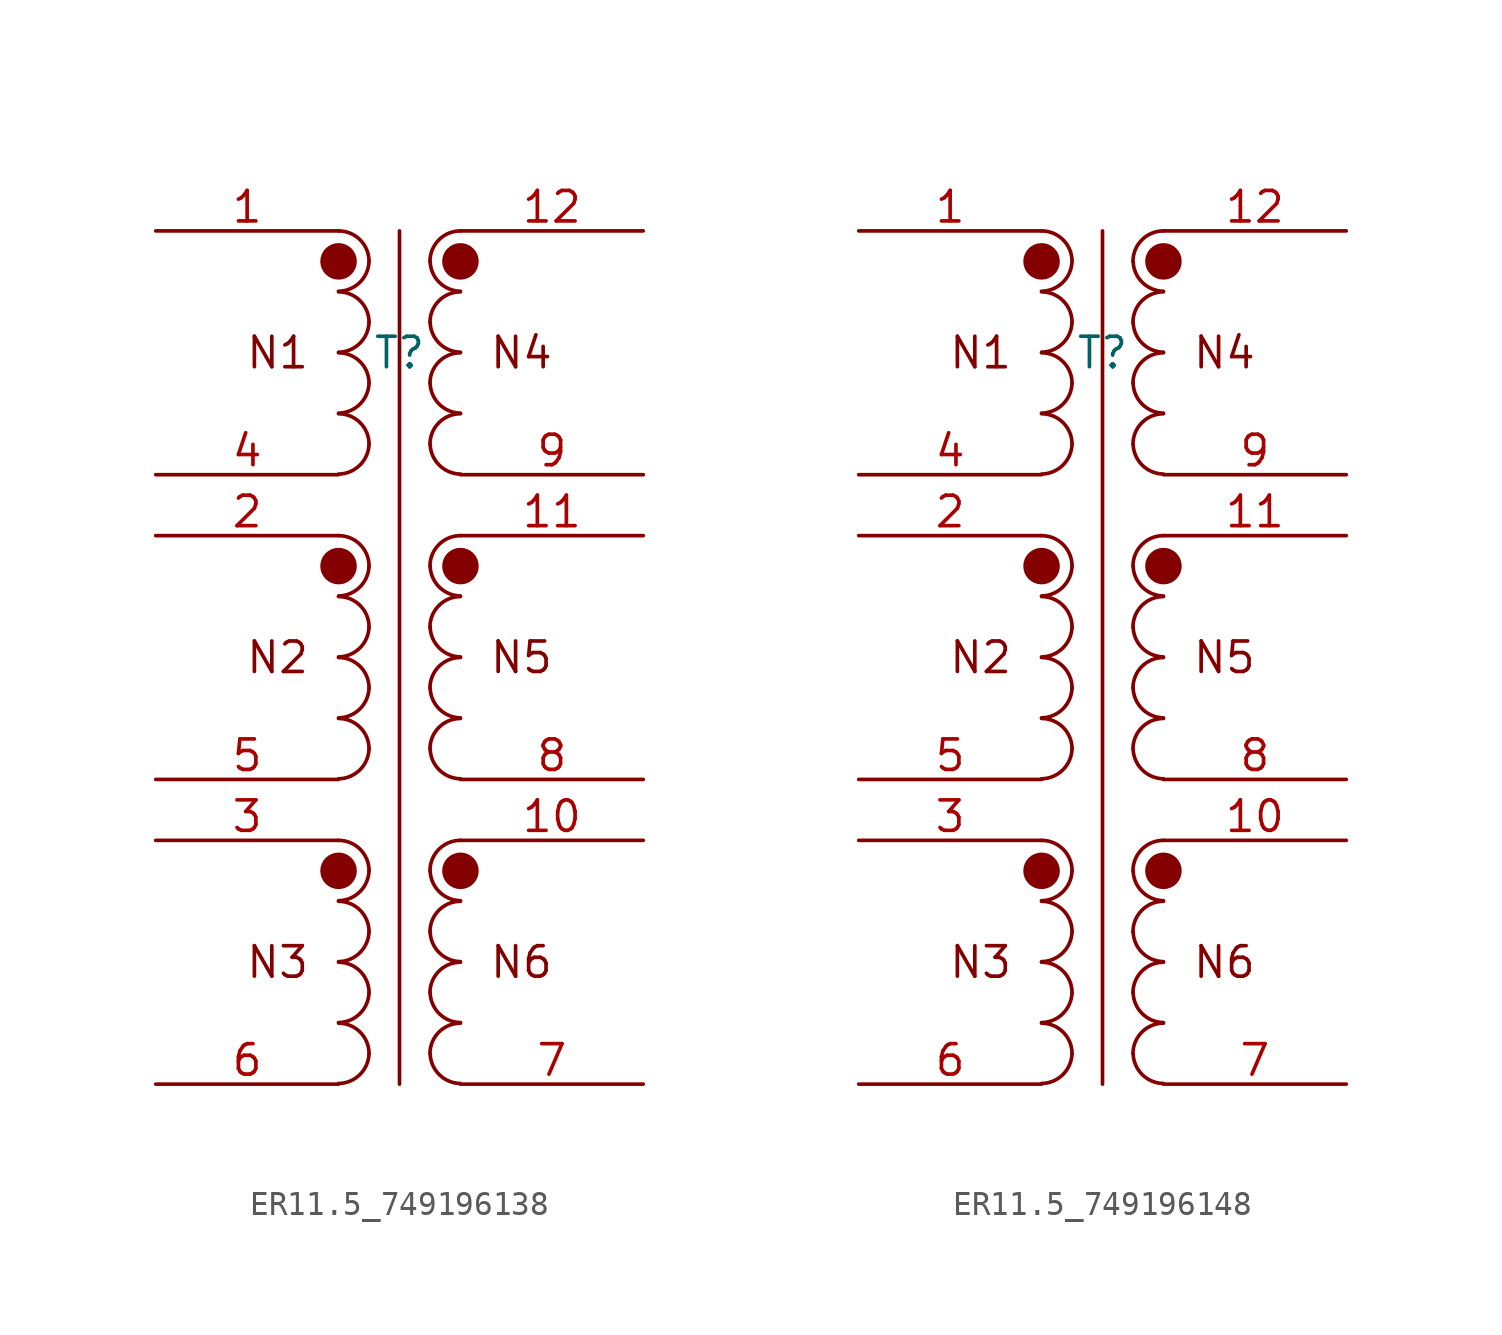
<source format=kicad_sym>
(kicad_symbol_lib
  (version 20220914)
  (generator kicad_symbol_editor)
  (symbol "ER11.5_749196138"
    (pin_names hide)
    (property "Reference" "T"
      (at 0 12.7 0)
      (effects (font (size 1.27 1.27))))
    (property "Critical Parameter" ""
      (at 0 -5.08 0)
      (effects (font (size 1.27 1.27)) (justify left)))
    (symbol "ER11.5_749196138_0_1"
      (arc (start -2.54 -17.7546) (mid -1.6561 -17.3863) (end -1.27 -16.51) (stroke (width 0) (type default)) (fill (type none)))
      (arc (start -2.54 -15.2146) (mid -1.6561 -14.8463) (end -1.27 -13.97) (stroke (width 0) (type default)) (fill (type none)))
      (arc (start -2.54 -12.6746) (mid -1.6561 -12.3063) (end -1.27 -11.43) (stroke (width 0) (type default)) (fill (type none)))
      (arc (start -2.54 -10.1346) (mid -1.6561 -9.7663) (end -1.27 -8.89) (stroke (width 0) (type default)) (fill (type none)))
      (arc (start -2.54 -5.0546) (mid -1.6561 -4.6863) (end -1.27 -3.81) (stroke (width 0) (type default)) (fill (type none)))
      (arc (start -2.54 -2.5146) (mid -1.6561 -2.1463) (end -1.27 -1.27) (stroke (width 0) (type default)) (fill (type none)))
      (arc (start -2.54 0.0254) (mid -1.6561 0.3937) (end -1.27 1.27) (stroke (width 0) (type default)) (fill (type none)))
      (arc (start -2.54 2.5654) (mid -1.6561 2.9337) (end -1.27 3.81) (stroke (width 0) (type default)) (fill (type none)))
      (arc (start -2.54 7.6454) (mid -1.6561 8.0137) (end -1.27 8.89) (stroke (width 0) (type default)) (fill (type none)))
      (arc (start -2.54 10.1854) (mid -1.6561 10.5537) (end -1.27 11.43) (stroke (width 0) (type default)) (fill (type none)))
      (arc (start -2.54 12.7254) (mid -1.6561 13.0937) (end -1.27 13.97) (stroke (width 0) (type default)) (fill (type none)))
      (arc (start -2.54 15.2654) (mid -1.6561 15.6337) (end -1.27 16.51) (stroke (width 0) (type default)) (fill (type none)))
      (arc (start -1.27 -16.51) (mid -1.642 -15.612) (end -2.54 -15.24) (stroke (width 0) (type default)) (fill (type none)))
      (arc (start -1.27 -13.97) (mid -1.642 -13.072) (end -2.54 -12.7) (stroke (width 0) (type default)) (fill (type none)))
      (arc (start -1.27 -11.43) (mid -1.642 -10.532) (end -2.54 -10.16) (stroke (width 0) (type default)) (fill (type none)))
      (arc (start -1.27 -8.89) (mid -1.642 -7.992) (end -2.54 -7.62) (stroke (width 0) (type default)) (fill (type none)))
      (arc (start -1.27 -3.81) (mid -1.642 -2.912) (end -2.54 -2.54) (stroke (width 0) (type default)) (fill (type none)))
      (arc (start -1.27 -1.27) (mid -1.642 -0.372) (end -2.54 0) (stroke (width 0) (type default)) (fill (type none)))
      (arc (start -1.27 1.27) (mid -1.642 2.168) (end -2.54 2.54) (stroke (width 0) (type default)) (fill (type none)))
      (arc (start -1.27 3.81) (mid -1.642 4.708) (end -2.54 5.08) (stroke (width 0) (type default)) (fill (type none)))
      (arc (start -1.27 8.89) (mid -1.642 9.788) (end -2.54 10.16) (stroke (width 0) (type default)) (fill (type none)))
      (arc (start -1.27 11.43) (mid -1.642 12.328) (end -2.54 12.7) (stroke (width 0) (type default)) (fill (type none)))
      (arc (start -1.27 13.97) (mid -1.642 14.868) (end -2.54 15.24) (stroke (width 0) (type default)) (fill (type none)))
      (arc (start -1.27 16.51) (mid -1.642 17.408) (end -2.54 17.78) (stroke (width 0) (type default)) (fill (type none)))
      (polyline (pts (xy 0 -17.78) (xy 0 17.78)) (stroke (width 0) (type default)) (fill (type none)))
      (arc (start 1.27 -16.51) (mid 1.6561 -17.3863) (end 2.54 -17.7546) (stroke (width 0) (type default)) (fill (type none)))
      (arc (start 1.27 -13.97) (mid 1.6561 -14.8463) (end 2.54 -15.2146) (stroke (width 0) (type default)) (fill (type none)))
      (arc (start 1.27 -11.43) (mid 1.6561 -12.3063) (end 2.54 -12.6746) (stroke (width 0) (type default)) (fill (type none)))
      (arc (start 1.27 -8.89) (mid 1.6561 -9.7663) (end 2.54 -10.1346) (stroke (width 0) (type default)) (fill (type none)))
      (arc (start 1.27 -3.81) (mid 1.6561 -4.6863) (end 2.54 -5.0546) (stroke (width 0) (type default)) (fill (type none)))
      (arc (start 1.27 -1.27) (mid 1.6561 -2.1463) (end 2.54 -2.5146) (stroke (width 0) (type default)) (fill (type none)))
      (arc (start 1.27 1.27) (mid 1.6561 0.3937) (end 2.54 0.0254) (stroke (width 0) (type default)) (fill (type none)))
      (arc (start 1.27 3.81) (mid 1.6561 2.9337) (end 2.54 2.5654) (stroke (width 0) (type default)) (fill (type none)))
      (arc (start 1.27 8.89) (mid 1.6561 8.0137) (end 2.54 7.6454) (stroke (width 0) (type default)) (fill (type none)))
      (arc (start 1.27 11.43) (mid 1.6561 10.5537) (end 2.54 10.1854) (stroke (width 0) (type default)) (fill (type none)))
      (arc (start 1.27 13.97) (mid 1.6561 13.0937) (end 2.54 12.7254) (stroke (width 0) (type default)) (fill (type none)))
      (arc (start 1.27 16.51) (mid 1.6561 15.6337) (end 2.54 15.2654) (stroke (width 0) (type default)) (fill (type none)))
      (arc (start 2.54 -15.24) (mid 1.642 -15.612) (end 1.27 -16.51) (stroke (width 0) (type default)) (fill (type none)))
      (arc (start 2.54 -12.7) (mid 1.642 -13.072) (end 1.27 -13.97) (stroke (width 0) (type default)) (fill (type none)))
      (arc (start 2.54 -10.16) (mid 1.642 -10.532) (end 1.27 -11.43) (stroke (width 0) (type default)) (fill (type none)))
      (arc (start 2.54 -7.62) (mid 1.642 -7.992) (end 1.27 -8.89) (stroke (width 0) (type default)) (fill (type none)))
      (arc (start 2.54 -2.54) (mid 1.642 -2.912) (end 1.27 -3.81) (stroke (width 0) (type default)) (fill (type none)))
      (arc (start 2.54 0) (mid 1.642 -0.372) (end 1.27 -1.27) (stroke (width 0) (type default)) (fill (type none)))
      (arc (start 2.54 2.54) (mid 1.642 2.168) (end 1.27 1.27) (stroke (width 0) (type default)) (fill (type none)))
      (arc (start 2.54 5.08) (mid 1.642 4.708) (end 1.27 3.81) (stroke (width 0) (type default)) (fill (type none)))
      (arc (start 2.54 10.16) (mid 1.642 9.788) (end 1.27 8.89) (stroke (width 0) (type default)) (fill (type none)))
      (arc (start 2.54 12.7) (mid 1.642 12.328) (end 1.27 11.43) (stroke (width 0) (type default)) (fill (type none)))
      (arc (start 2.54 15.24) (mid 1.642 14.868) (end 1.27 13.97) (stroke (width 0) (type default)) (fill (type none)))
      (arc (start 2.54 17.78) (mid 1.642 17.408) (end 1.27 16.51) (stroke (width 0) (type default)) (fill (type none))))
    (symbol "ER11.5_749196138_1_1"
      (circle (center -2.54 -8.89) (radius 0.0001) (stroke (width 0.762) (type default)) (fill (type none)))
      (circle (center -2.54 3.81) (radius 0.0001) (stroke (width 0.762) (type default)) (fill (type none)))
      (circle (center -2.54 16.51) (radius 0.0001) (stroke (width 0.762) (type default)) (fill (type none)))
      (circle (center 2.54 -8.89) (radius 0.0001) (stroke (width 0.762) (type default)) (fill (type none)))
      (circle (center 2.54 3.81) (radius 0.0001) (stroke (width 0.762) (type default)) (fill (type none)))
      (circle (center 2.54 16.51) (radius 0.0001) (stroke (width 0.762) (type default)) (fill (type none)))
      (text "N1" (at -5.08 12.7 0) (effects (font (size 1.27 1.27))))
      (text "N2" (at -5.08 0 0) (effects (font (size 1.27 1.27))))
      (text "N3" (at -5.08 -12.7 0) (effects (font (size 1.27 1.27))))
      (text "N4" (at 5.08 12.7 0) (effects (font (size 1.27 1.27))))
      (text "N5" (at 5.08 0 0) (effects (font (size 1.27 1.27))))
      (text "N6" (at 5.08 -12.7 0) (effects (font (size 1.27 1.27))))
      (pin passive line (at -10.16 17.78 0) (length 7.62) (name "1" (effects (font (size 1.27 1.27)))) (number "1" (effects (font (size 1.27 1.27)))))
      (pin passive line (at -10.16 7.62 0) (length 7.62) (name "4" (effects (font (size 1.27 1.27)))) (number "4" (effects (font (size 1.27 1.27)))))
      (pin passive line (at -10.16 5.08 0) (length 7.62) (name "2" (effects (font (size 1.27 1.27)))) (number "2" (effects (font (size 1.27 1.27)))))
      (pin passive line (at -10.16 -5.08 0) (length 7.62) (name "5" (effects (font (size 1.27 1.27)))) (number "5" (effects (font (size 1.27 1.27)))))
      (pin passive line (at -10.16 -7.62 0) (length 7.62) (name "3" (effects (font (size 1.27 1.27)))) (number "3" (effects (font (size 1.27 1.27)))))
      (pin passive line (at -10.16 -17.78 0) (length 7.62) (name "6" (effects (font (size 1.27 1.27)))) (number "6" (effects (font (size 1.27 1.27)))))
      (pin passive line (at 10.16 -17.78 180) (length 7.62) (name "7" (effects (font (size 1.27 1.27)))) (number "7" (effects (font (size 1.27 1.27)))))
      (pin passive line (at 10.16 -7.62 180) (length 7.62) (name "10" (effects (font (size 1.27 1.27)))) (number "10" (effects (font (size 1.27 1.27)))))
      (pin passive line (at 10.16 -5.08 180) (length 7.62) (name "8" (effects (font (size 1.27 1.27)))) (number "8" (effects (font (size 1.27 1.27)))))
      (pin passive line (at 10.16 5.08 180) (length 7.62) (name "11" (effects (font (size 1.27 1.27)))) (number "11" (effects (font (size 1.27 1.27)))))
      (pin passive line (at 10.16 7.62 180) (length 7.62) (name "9" (effects (font (size 1.27 1.27)))) (number "9" (effects (font (size 1.27 1.27)))))
      (pin passive line (at 10.16 17.78 180) (length 7.62) (name "12" (effects (font (size 1.27 1.27)))) (number "12" (effects (font (size 1.27 1.27)))))))
  (symbol "ER11.5_749196148"
    (pin_names hide)
    (property "Reference" "T"
      (at 0 12.7 0)
      (effects (font (size 1.27 1.27))))
    (property "Critical Parameter" ""
      (at 0 -5.08 0)
      (effects (font (size 1.27 1.27)) (justify left)))
    (symbol "ER11.5_749196148_0_1"
      (arc (start -2.54 -17.7546) (mid -1.6561 -17.3863) (end -1.27 -16.51) (stroke (width 0) (type default)) (fill (type none)))
      (arc (start -2.54 -15.2146) (mid -1.6561 -14.8463) (end -1.27 -13.97) (stroke (width 0) (type default)) (fill (type none)))
      (arc (start -2.54 -12.6746) (mid -1.6561 -12.3063) (end -1.27 -11.43) (stroke (width 0) (type default)) (fill (type none)))
      (arc (start -2.54 -10.1346) (mid -1.6561 -9.7663) (end -1.27 -8.89) (stroke (width 0) (type default)) (fill (type none)))
      (arc (start -2.54 -5.0546) (mid -1.6561 -4.6863) (end -1.27 -3.81) (stroke (width 0) (type default)) (fill (type none)))
      (arc (start -2.54 -2.5146) (mid -1.6561 -2.1463) (end -1.27 -1.27) (stroke (width 0) (type default)) (fill (type none)))
      (arc (start -2.54 0.0254) (mid -1.6561 0.3937) (end -1.27 1.27) (stroke (width 0) (type default)) (fill (type none)))
      (arc (start -2.54 2.5654) (mid -1.6561 2.9337) (end -1.27 3.81) (stroke (width 0) (type default)) (fill (type none)))
      (arc (start -2.54 7.6454) (mid -1.6561 8.0137) (end -1.27 8.89) (stroke (width 0) (type default)) (fill (type none)))
      (arc (start -2.54 10.1854) (mid -1.6561 10.5537) (end -1.27 11.43) (stroke (width 0) (type default)) (fill (type none)))
      (arc (start -2.54 12.7254) (mid -1.6561 13.0937) (end -1.27 13.97) (stroke (width 0) (type default)) (fill (type none)))
      (arc (start -2.54 15.2654) (mid -1.6561 15.6337) (end -1.27 16.51) (stroke (width 0) (type default)) (fill (type none)))
      (arc (start -1.27 -16.51) (mid -1.642 -15.612) (end -2.54 -15.24) (stroke (width 0) (type default)) (fill (type none)))
      (arc (start -1.27 -13.97) (mid -1.642 -13.072) (end -2.54 -12.7) (stroke (width 0) (type default)) (fill (type none)))
      (arc (start -1.27 -11.43) (mid -1.642 -10.532) (end -2.54 -10.16) (stroke (width 0) (type default)) (fill (type none)))
      (arc (start -1.27 -8.89) (mid -1.642 -7.992) (end -2.54 -7.62) (stroke (width 0) (type default)) (fill (type none)))
      (arc (start -1.27 -3.81) (mid -1.642 -2.912) (end -2.54 -2.54) (stroke (width 0) (type default)) (fill (type none)))
      (arc (start -1.27 -1.27) (mid -1.642 -0.372) (end -2.54 0) (stroke (width 0) (type default)) (fill (type none)))
      (arc (start -1.27 1.27) (mid -1.642 2.168) (end -2.54 2.54) (stroke (width 0) (type default)) (fill (type none)))
      (arc (start -1.27 3.81) (mid -1.642 4.708) (end -2.54 5.08) (stroke (width 0) (type default)) (fill (type none)))
      (arc (start -1.27 8.89) (mid -1.642 9.788) (end -2.54 10.16) (stroke (width 0) (type default)) (fill (type none)))
      (arc (start -1.27 11.43) (mid -1.642 12.328) (end -2.54 12.7) (stroke (width 0) (type default)) (fill (type none)))
      (arc (start -1.27 13.97) (mid -1.642 14.868) (end -2.54 15.24) (stroke (width 0) (type default)) (fill (type none)))
      (arc (start -1.27 16.51) (mid -1.642 17.408) (end -2.54 17.78) (stroke (width 0) (type default)) (fill (type none)))
      (polyline (pts (xy 0 -17.78) (xy 0 17.78)) (stroke (width 0) (type default)) (fill (type none)))
      (arc (start 1.27 -16.51) (mid 1.6561 -17.3863) (end 2.54 -17.7546) (stroke (width 0) (type default)) (fill (type none)))
      (arc (start 1.27 -13.97) (mid 1.6561 -14.8463) (end 2.54 -15.2146) (stroke (width 0) (type default)) (fill (type none)))
      (arc (start 1.27 -11.43) (mid 1.6561 -12.3063) (end 2.54 -12.6746) (stroke (width 0) (type default)) (fill (type none)))
      (arc (start 1.27 -8.89) (mid 1.6561 -9.7663) (end 2.54 -10.1346) (stroke (width 0) (type default)) (fill (type none)))
      (arc (start 1.27 -3.81) (mid 1.6561 -4.6863) (end 2.54 -5.0546) (stroke (width 0) (type default)) (fill (type none)))
      (arc (start 1.27 -1.27) (mid 1.6561 -2.1463) (end 2.54 -2.5146) (stroke (width 0) (type default)) (fill (type none)))
      (arc (start 1.27 1.27) (mid 1.6561 0.3937) (end 2.54 0.0254) (stroke (width 0) (type default)) (fill (type none)))
      (arc (start 1.27 3.81) (mid 1.6561 2.9337) (end 2.54 2.5654) (stroke (width 0) (type default)) (fill (type none)))
      (arc (start 1.27 8.89) (mid 1.6561 8.0137) (end 2.54 7.6454) (stroke (width 0) (type default)) (fill (type none)))
      (arc (start 1.27 11.43) (mid 1.6561 10.5537) (end 2.54 10.1854) (stroke (width 0) (type default)) (fill (type none)))
      (arc (start 1.27 13.97) (mid 1.6561 13.0937) (end 2.54 12.7254) (stroke (width 0) (type default)) (fill (type none)))
      (arc (start 1.27 16.51) (mid 1.6561 15.6337) (end 2.54 15.2654) (stroke (width 0) (type default)) (fill (type none)))
      (arc (start 2.54 -15.24) (mid 1.642 -15.612) (end 1.27 -16.51) (stroke (width 0) (type default)) (fill (type none)))
      (arc (start 2.54 -12.7) (mid 1.642 -13.072) (end 1.27 -13.97) (stroke (width 0) (type default)) (fill (type none)))
      (arc (start 2.54 -10.16) (mid 1.642 -10.532) (end 1.27 -11.43) (stroke (width 0) (type default)) (fill (type none)))
      (arc (start 2.54 -7.62) (mid 1.642 -7.992) (end 1.27 -8.89) (stroke (width 0) (type default)) (fill (type none)))
      (arc (start 2.54 -2.54) (mid 1.642 -2.912) (end 1.27 -3.81) (stroke (width 0) (type default)) (fill (type none)))
      (arc (start 2.54 0) (mid 1.642 -0.372) (end 1.27 -1.27) (stroke (width 0) (type default)) (fill (type none)))
      (arc (start 2.54 2.54) (mid 1.642 2.168) (end 1.27 1.27) (stroke (width 0) (type default)) (fill (type none)))
      (arc (start 2.54 5.08) (mid 1.642 4.708) (end 1.27 3.81) (stroke (width 0) (type default)) (fill (type none)))
      (arc (start 2.54 10.16) (mid 1.642 9.788) (end 1.27 8.89) (stroke (width 0) (type default)) (fill (type none)))
      (arc (start 2.54 12.7) (mid 1.642 12.328) (end 1.27 11.43) (stroke (width 0) (type default)) (fill (type none)))
      (arc (start 2.54 15.24) (mid 1.642 14.868) (end 1.27 13.97) (stroke (width 0) (type default)) (fill (type none)))
      (arc (start 2.54 17.78) (mid 1.642 17.408) (end 1.27 16.51) (stroke (width 0) (type default)) (fill (type none))))
    (symbol "ER11.5_749196148_1_1"
      (circle (center -2.54 -8.89) (radius 0.0001) (stroke (width 0.762) (type default)) (fill (type none)))
      (circle (center -2.54 3.81) (radius 0.0001) (stroke (width 0.762) (type default)) (fill (type none)))
      (circle (center -2.54 16.51) (radius 0.0001) (stroke (width 0.762) (type default)) (fill (type none)))
      (circle (center 2.54 -8.89) (radius 0.0001) (stroke (width 0.762) (type default)) (fill (type none)))
      (circle (center 2.54 3.81) (radius 0.0001) (stroke (width 0.762) (type default)) (fill (type none)))
      (circle (center 2.54 16.51) (radius 0.0001) (stroke (width 0.762) (type default)) (fill (type none)))
      (text "N1" (at -5.08 12.7 0) (effects (font (size 1.27 1.27))))
      (text "N2" (at -5.08 0 0) (effects (font (size 1.27 1.27))))
      (text "N3" (at -5.08 -12.7 0) (effects (font (size 1.27 1.27))))
      (text "N4" (at 5.08 12.7 0) (effects (font (size 1.27 1.27))))
      (text "N5" (at 5.08 0 0) (effects (font (size 1.27 1.27))))
      (text "N6" (at 5.08 -12.7 0) (effects (font (size 1.27 1.27))))
      (pin passive line (at -10.16 17.78 0) (length 7.62) (name "1" (effects (font (size 1.27 1.27)))) (number "1" (effects (font (size 1.27 1.27)))))
      (pin passive line (at -10.16 7.62 0) (length 7.62) (name "4" (effects (font (size 1.27 1.27)))) (number "4" (effects (font (size 1.27 1.27)))))
      (pin passive line (at -10.16 5.08 0) (length 7.62) (name "2" (effects (font (size 1.27 1.27)))) (number "2" (effects (font (size 1.27 1.27)))))
      (pin passive line (at -10.16 -5.08 0) (length 7.62) (name "5" (effects (font (size 1.27 1.27)))) (number "5" (effects (font (size 1.27 1.27)))))
      (pin passive line (at -10.16 -7.62 0) (length 7.62) (name "3" (effects (font (size 1.27 1.27)))) (number "3" (effects (font (size 1.27 1.27)))))
      (pin passive line (at -10.16 -17.78 0) (length 7.62) (name "6" (effects (font (size 1.27 1.27)))) (number "6" (effects (font (size 1.27 1.27)))))
      (pin passive line (at 10.16 -17.78 180) (length 7.62) (name "7" (effects (font (size 1.27 1.27)))) (number "7" (effects (font (size 1.27 1.27)))))
      (pin passive line (at 10.16 -7.62 180) (length 7.62) (name "10" (effects (font (size 1.27 1.27)))) (number "10" (effects (font (size 1.27 1.27)))))
      (pin passive line (at 10.16 -5.08 180) (length 7.62) (name "8" (effects (font (size 1.27 1.27)))) (number "8" (effects (font (size 1.27 1.27)))))
      (pin passive line (at 10.16 5.08 180) (length 7.62) (name "11" (effects (font (size 1.27 1.27)))) (number "11" (effects (font (size 1.27 1.27)))))
      (pin passive line (at 10.16 7.62 180) (length 7.62) (name "9" (effects (font (size 1.27 1.27)))) (number "9" (effects (font (size 1.27 1.27)))))
      (pin passive line (at 10.16 17.78 180) (length 7.62) (name "12" (effects (font (size 1.27 1.27)))) (number "12" (effects (font (size 1.27 1.27))))))))
</source>
